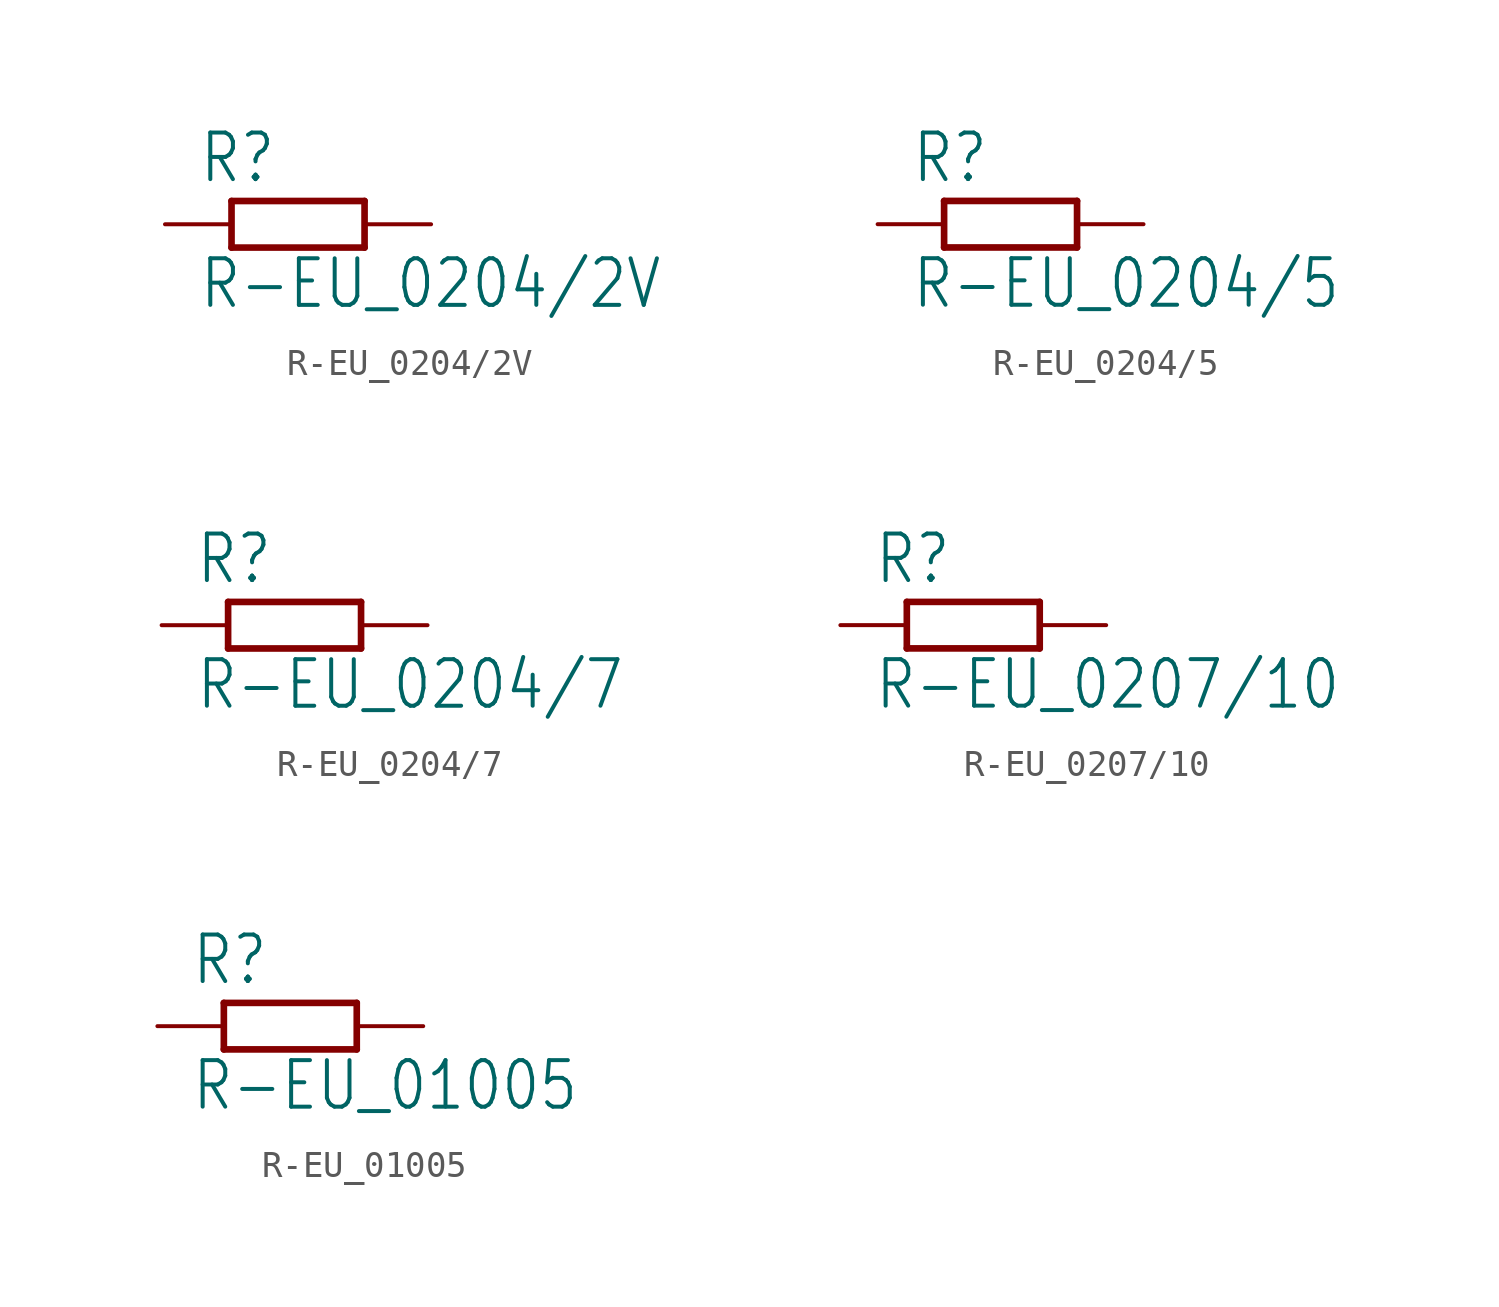
<source format=kicad_sym>
(kicad_symbol_lib
  (version 20231120)
  (generator "kicad_symbol_editor")
  (generator_version "8.0")
  (symbol "R-EU_0204/2V"
    (property "Reference" "R"
      (at -3.81 1.499 0)
      (effects (font (size 1.778 1.511)) (justify left bottom)))
    (property "Value" "R-EU_0204{slash}2V"
      (at -3.81 -3.302 0)
      (effects (font (size 1.778 1.511)) (justify left bottom)))
    (property "ki_locked" ""
      (at 0 0 0)
      (effects (font (size 1.27 1.27))))
    (symbol "R-EU_0204/2V_1_0"
      (polyline (pts (xy -2.54 -0.889) (xy -2.54 0.889)) (stroke (width 0.254) (type default)) (fill (type none)))
      (polyline (pts (xy -2.54 -0.889) (xy 2.54 -0.889)) (stroke (width 0.254) (type default)) (fill (type none)))
      (polyline (pts (xy 2.54 -0.889) (xy 2.54 0.889)) (stroke (width 0.254) (type default)) (fill (type none)))
      (polyline (pts (xy 2.54 0.889) (xy -2.54 0.889)) (stroke (width 0.254) (type default)) (fill (type none)))
      (pin passive line (at -5.08 0 0) (length 2.54) (name "1" (effects (font (size 0 0)))) (number "1" (effects (font (size 0 0)))))
      (pin passive line (at 5.08 0 180) (length 2.54) (name "2" (effects (font (size 0 0)))) (number "2" (effects (font (size 0 0)))))))
  (symbol "R-EU_0204/5"
    (property "Reference" "R"
      (at -3.81 1.499 0)
      (effects (font (size 1.778 1.511)) (justify left bottom)))
    (property "Value" "R-EU_0204{slash}5"
      (at -3.81 -3.302 0)
      (effects (font (size 1.778 1.511)) (justify left bottom)))
    (property "ki_locked" ""
      (at 0 0 0)
      (effects (font (size 1.27 1.27))))
    (symbol "R-EU_0204/5_1_0"
      (polyline (pts (xy -2.54 -0.889) (xy -2.54 0.889)) (stroke (width 0.254) (type default)) (fill (type none)))
      (polyline (pts (xy -2.54 -0.889) (xy 2.54 -0.889)) (stroke (width 0.254) (type default)) (fill (type none)))
      (polyline (pts (xy 2.54 -0.889) (xy 2.54 0.889)) (stroke (width 0.254) (type default)) (fill (type none)))
      (polyline (pts (xy 2.54 0.889) (xy -2.54 0.889)) (stroke (width 0.254) (type default)) (fill (type none)))
      (pin passive line (at -5.08 0 0) (length 2.54) (name "1" (effects (font (size 0 0)))) (number "1" (effects (font (size 0 0)))))
      (pin passive line (at 5.08 0 180) (length 2.54) (name "2" (effects (font (size 0 0)))) (number "2" (effects (font (size 0 0)))))))
  (symbol "R-EU_0204/7"
    (property "Reference" "R"
      (at -3.81 1.499 0)
      (effects (font (size 1.778 1.511)) (justify left bottom)))
    (property "Value" "R-EU_0204{slash}7"
      (at -3.81 -3.302 0)
      (effects (font (size 1.778 1.511)) (justify left bottom)))
    (property "ki_locked" ""
      (at 0 0 0)
      (effects (font (size 1.27 1.27))))
    (symbol "R-EU_0204/7_1_0"
      (polyline (pts (xy -2.54 -0.889) (xy -2.54 0.889)) (stroke (width 0.254) (type default)) (fill (type none)))
      (polyline (pts (xy -2.54 -0.889) (xy 2.54 -0.889)) (stroke (width 0.254) (type default)) (fill (type none)))
      (polyline (pts (xy 2.54 -0.889) (xy 2.54 0.889)) (stroke (width 0.254) (type default)) (fill (type none)))
      (polyline (pts (xy 2.54 0.889) (xy -2.54 0.889)) (stroke (width 0.254) (type default)) (fill (type none)))
      (pin passive line (at -5.08 0 0) (length 2.54) (name "1" (effects (font (size 0 0)))) (number "1" (effects (font (size 0 0)))))
      (pin passive line (at 5.08 0 180) (length 2.54) (name "2" (effects (font (size 0 0)))) (number "2" (effects (font (size 0 0)))))))
  (symbol "R-EU_0207/10"
    (property "Reference" "R"
      (at -3.81 1.499 0)
      (effects (font (size 1.778 1.511)) (justify left bottom)))
    (property "Value" "R-EU_0207{slash}10"
      (at -3.81 -3.302 0)
      (effects (font (size 1.778 1.511)) (justify left bottom)))
    (property "ki_locked" ""
      (at 0 0 0)
      (effects (font (size 1.27 1.27))))
    (symbol "R-EU_0207/10_1_0"
      (polyline (pts (xy -2.54 -0.889) (xy -2.54 0.889)) (stroke (width 0.254) (type default)) (fill (type none)))
      (polyline (pts (xy -2.54 -0.889) (xy 2.54 -0.889)) (stroke (width 0.254) (type default)) (fill (type none)))
      (polyline (pts (xy 2.54 -0.889) (xy 2.54 0.889)) (stroke (width 0.254) (type default)) (fill (type none)))
      (polyline (pts (xy 2.54 0.889) (xy -2.54 0.889)) (stroke (width 0.254) (type default)) (fill (type none)))
      (pin passive line (at -5.08 0 0) (length 2.54) (name "1" (effects (font (size 0 0)))) (number "1" (effects (font (size 0 0)))))
      (pin passive line (at 5.08 0 180) (length 2.54) (name "2" (effects (font (size 0 0)))) (number "2" (effects (font (size 0 0)))))))
  (symbol "R-EU_01005"
    (property "Reference" "R"
      (at -3.81 1.499 0)
      (effects (font (size 1.778 1.511)) (justify left bottom)))
    (property "Value" "R-EU_01005"
      (at -3.81 -3.302 0)
      (effects (font (size 1.778 1.511)) (justify left bottom)))
    (property "ki_locked" ""
      (at 0 0 0)
      (effects (font (size 1.27 1.27))))
    (symbol "R-EU_01005_1_0"
      (polyline (pts (xy -2.54 -0.889) (xy -2.54 0.889)) (stroke (width 0.254) (type default)) (fill (type none)))
      (polyline (pts (xy -2.54 -0.889) (xy 2.54 -0.889)) (stroke (width 0.254) (type default)) (fill (type none)))
      (polyline (pts (xy 2.54 -0.889) (xy 2.54 0.889)) (stroke (width 0.254) (type default)) (fill (type none)))
      (polyline (pts (xy 2.54 0.889) (xy -2.54 0.889)) (stroke (width 0.254) (type default)) (fill (type none)))
      (pin passive line (at -5.08 0 0) (length 2.54) (name "1" (effects (font (size 0 0)))) (number "1" (effects (font (size 0 0)))))
      (pin passive line (at 5.08 0 180) (length 2.54) (name "2" (effects (font (size 0 0)))) (number "2" (effects (font (size 0 0))))))))
</source>
